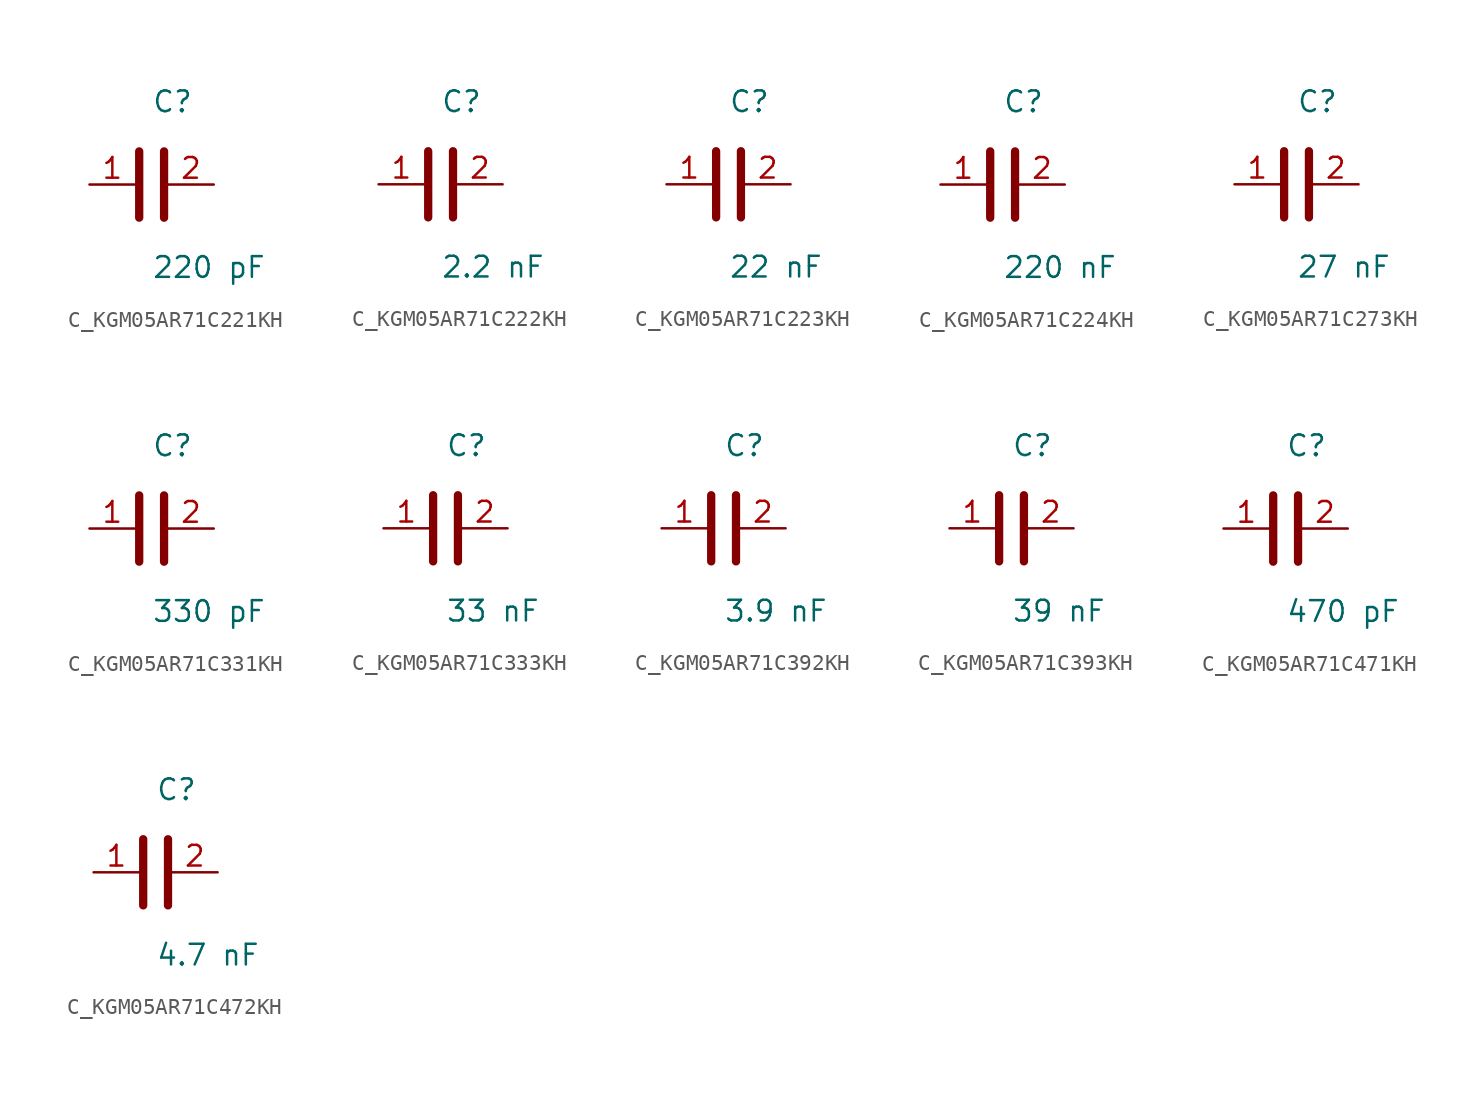
<source format=kicad_sym>
(kicad_symbol_lib
  (version 20231120)
  (generator kicad_symbol_editor)
  (generator_version 8.0)
  (symbol "C_KGM05AR71C221KH"
    (pin_names
      (offset 0.254))
    (property "Reference" "C"
      (at 0.0 5.08 0)
      (effects (font (size 1.27 1.27)) (justify left)))
    (property "Value" "220 pF"
      (at 0.0 -5.08 0)
      (effects (font (size 1.27 1.27)) (justify left)))
    (symbol "C_KGM05AR71C221KH_0_1"
      (polyline (pts (xy -0.762 -2.032) (xy -0.762 2.032)) (stroke (width 0.508) (type default)) (fill (type none)))
      (polyline (pts (xy 0.762 -2.032) (xy 0.762 2.032)) (stroke (width 0.508) (type default)) (fill (type none))))
    (pin unspecified line
      (at -3.81 0 0)
      (length 2.8)
      (name "" (effects (font (size 1.27 1.27))))
      (number "1" (effects (font (size 1.27 1.27)))))
    (pin unspecified line
      (at 3.81 0 180)
      (length 2.8)
      (name "" (effects (font (size 1.27 1.27))))
      (number "2" (effects (font (size 1.27 1.27))))))
  (symbol "C_KGM05AR71C222KH"
    (pin_names
      (offset 0.254))
    (property "Reference" "C"
      (at 0.0 5.08 0)
      (effects (font (size 1.27 1.27)) (justify left)))
    (property "Value" "2.2 nF"
      (at 0.0 -5.08 0)
      (effects (font (size 1.27 1.27)) (justify left)))
    (symbol "C_KGM05AR71C222KH_0_1"
      (polyline (pts (xy -0.762 -2.032) (xy -0.762 2.032)) (stroke (width 0.508) (type default)) (fill (type none)))
      (polyline (pts (xy 0.762 -2.032) (xy 0.762 2.032)) (stroke (width 0.508) (type default)) (fill (type none))))
    (pin unspecified line
      (at -3.81 0 0)
      (length 2.8)
      (name "" (effects (font (size 1.27 1.27))))
      (number "1" (effects (font (size 1.27 1.27)))))
    (pin unspecified line
      (at 3.81 0 180)
      (length 2.8)
      (name "" (effects (font (size 1.27 1.27))))
      (number "2" (effects (font (size 1.27 1.27))))))
  (symbol "C_KGM05AR71C223KH"
    (pin_names
      (offset 0.254))
    (property "Reference" "C"
      (at 0.0 5.08 0)
      (effects (font (size 1.27 1.27)) (justify left)))
    (property "Value" "22 nF"
      (at 0.0 -5.08 0)
      (effects (font (size 1.27 1.27)) (justify left)))
    (symbol "C_KGM05AR71C223KH_0_1"
      (polyline (pts (xy -0.762 -2.032) (xy -0.762 2.032)) (stroke (width 0.508) (type default)) (fill (type none)))
      (polyline (pts (xy 0.762 -2.032) (xy 0.762 2.032)) (stroke (width 0.508) (type default)) (fill (type none))))
    (pin unspecified line
      (at -3.81 0 0)
      (length 2.8)
      (name "" (effects (font (size 1.27 1.27))))
      (number "1" (effects (font (size 1.27 1.27)))))
    (pin unspecified line
      (at 3.81 0 180)
      (length 2.8)
      (name "" (effects (font (size 1.27 1.27))))
      (number "2" (effects (font (size 1.27 1.27))))))
  (symbol "C_KGM05AR71C224KH"
    (pin_names
      (offset 0.254))
    (property "Reference" "C"
      (at 0.0 5.08 0)
      (effects (font (size 1.27 1.27)) (justify left)))
    (property "Value" "220 nF"
      (at 0.0 -5.08 0)
      (effects (font (size 1.27 1.27)) (justify left)))
    (symbol "C_KGM05AR71C224KH_0_1"
      (polyline (pts (xy -0.762 -2.032) (xy -0.762 2.032)) (stroke (width 0.508) (type default)) (fill (type none)))
      (polyline (pts (xy 0.762 -2.032) (xy 0.762 2.032)) (stroke (width 0.508) (type default)) (fill (type none))))
    (pin unspecified line
      (at -3.81 0 0)
      (length 2.8)
      (name "" (effects (font (size 1.27 1.27))))
      (number "1" (effects (font (size 1.27 1.27)))))
    (pin unspecified line
      (at 3.81 0 180)
      (length 2.8)
      (name "" (effects (font (size 1.27 1.27))))
      (number "2" (effects (font (size 1.27 1.27))))))
  (symbol "C_KGM05AR71C273KH"
    (pin_names
      (offset 0.254))
    (property "Reference" "C"
      (at 0.0 5.08 0)
      (effects (font (size 1.27 1.27)) (justify left)))
    (property "Value" "27 nF"
      (at 0.0 -5.08 0)
      (effects (font (size 1.27 1.27)) (justify left)))
    (symbol "C_KGM05AR71C273KH_0_1"
      (polyline (pts (xy -0.762 -2.032) (xy -0.762 2.032)) (stroke (width 0.508) (type default)) (fill (type none)))
      (polyline (pts (xy 0.762 -2.032) (xy 0.762 2.032)) (stroke (width 0.508) (type default)) (fill (type none))))
    (pin unspecified line
      (at -3.81 0 0)
      (length 2.8)
      (name "" (effects (font (size 1.27 1.27))))
      (number "1" (effects (font (size 1.27 1.27)))))
    (pin unspecified line
      (at 3.81 0 180)
      (length 2.8)
      (name "" (effects (font (size 1.27 1.27))))
      (number "2" (effects (font (size 1.27 1.27))))))
  (symbol "C_KGM05AR71C331KH"
    (pin_names
      (offset 0.254))
    (property "Reference" "C"
      (at 0.0 5.08 0)
      (effects (font (size 1.27 1.27)) (justify left)))
    (property "Value" "330 pF"
      (at 0.0 -5.08 0)
      (effects (font (size 1.27 1.27)) (justify left)))
    (symbol "C_KGM05AR71C331KH_0_1"
      (polyline (pts (xy -0.762 -2.032) (xy -0.762 2.032)) (stroke (width 0.508) (type default)) (fill (type none)))
      (polyline (pts (xy 0.762 -2.032) (xy 0.762 2.032)) (stroke (width 0.508) (type default)) (fill (type none))))
    (pin unspecified line
      (at -3.81 0 0)
      (length 2.8)
      (name "" (effects (font (size 1.27 1.27))))
      (number "1" (effects (font (size 1.27 1.27)))))
    (pin unspecified line
      (at 3.81 0 180)
      (length 2.8)
      (name "" (effects (font (size 1.27 1.27))))
      (number "2" (effects (font (size 1.27 1.27))))))
  (symbol "C_KGM05AR71C333KH"
    (pin_names
      (offset 0.254))
    (property "Reference" "C"
      (at 0.0 5.08 0)
      (effects (font (size 1.27 1.27)) (justify left)))
    (property "Value" "33 nF"
      (at 0.0 -5.08 0)
      (effects (font (size 1.27 1.27)) (justify left)))
    (symbol "C_KGM05AR71C333KH_0_1"
      (polyline (pts (xy -0.762 -2.032) (xy -0.762 2.032)) (stroke (width 0.508) (type default)) (fill (type none)))
      (polyline (pts (xy 0.762 -2.032) (xy 0.762 2.032)) (stroke (width 0.508) (type default)) (fill (type none))))
    (pin unspecified line
      (at -3.81 0 0)
      (length 2.8)
      (name "" (effects (font (size 1.27 1.27))))
      (number "1" (effects (font (size 1.27 1.27)))))
    (pin unspecified line
      (at 3.81 0 180)
      (length 2.8)
      (name "" (effects (font (size 1.27 1.27))))
      (number "2" (effects (font (size 1.27 1.27))))))
  (symbol "C_KGM05AR71C392KH"
    (pin_names
      (offset 0.254))
    (property "Reference" "C"
      (at 0.0 5.08 0)
      (effects (font (size 1.27 1.27)) (justify left)))
    (property "Value" "3.9 nF"
      (at 0.0 -5.08 0)
      (effects (font (size 1.27 1.27)) (justify left)))
    (symbol "C_KGM05AR71C392KH_0_1"
      (polyline (pts (xy -0.762 -2.032) (xy -0.762 2.032)) (stroke (width 0.508) (type default)) (fill (type none)))
      (polyline (pts (xy 0.762 -2.032) (xy 0.762 2.032)) (stroke (width 0.508) (type default)) (fill (type none))))
    (pin unspecified line
      (at -3.81 0 0)
      (length 2.8)
      (name "" (effects (font (size 1.27 1.27))))
      (number "1" (effects (font (size 1.27 1.27)))))
    (pin unspecified line
      (at 3.81 0 180)
      (length 2.8)
      (name "" (effects (font (size 1.27 1.27))))
      (number "2" (effects (font (size 1.27 1.27))))))
  (symbol "C_KGM05AR71C393KH"
    (pin_names
      (offset 0.254))
    (property "Reference" "C"
      (at 0.0 5.08 0)
      (effects (font (size 1.27 1.27)) (justify left)))
    (property "Value" "39 nF"
      (at 0.0 -5.08 0)
      (effects (font (size 1.27 1.27)) (justify left)))
    (symbol "C_KGM05AR71C393KH_0_1"
      (polyline (pts (xy -0.762 -2.032) (xy -0.762 2.032)) (stroke (width 0.508) (type default)) (fill (type none)))
      (polyline (pts (xy 0.762 -2.032) (xy 0.762 2.032)) (stroke (width 0.508) (type default)) (fill (type none))))
    (pin unspecified line
      (at -3.81 0 0)
      (length 2.8)
      (name "" (effects (font (size 1.27 1.27))))
      (number "1" (effects (font (size 1.27 1.27)))))
    (pin unspecified line
      (at 3.81 0 180)
      (length 2.8)
      (name "" (effects (font (size 1.27 1.27))))
      (number "2" (effects (font (size 1.27 1.27))))))
  (symbol "C_KGM05AR71C471KH"
    (pin_names
      (offset 0.254))
    (property "Reference" "C"
      (at 0.0 5.08 0)
      (effects (font (size 1.27 1.27)) (justify left)))
    (property "Value" "470 pF"
      (at 0.0 -5.08 0)
      (effects (font (size 1.27 1.27)) (justify left)))
    (symbol "C_KGM05AR71C471KH_0_1"
      (polyline (pts (xy -0.762 -2.032) (xy -0.762 2.032)) (stroke (width 0.508) (type default)) (fill (type none)))
      (polyline (pts (xy 0.762 -2.032) (xy 0.762 2.032)) (stroke (width 0.508) (type default)) (fill (type none))))
    (pin unspecified line
      (at -3.81 0 0)
      (length 2.8)
      (name "" (effects (font (size 1.27 1.27))))
      (number "1" (effects (font (size 1.27 1.27)))))
    (pin unspecified line
      (at 3.81 0 180)
      (length 2.8)
      (name "" (effects (font (size 1.27 1.27))))
      (number "2" (effects (font (size 1.27 1.27))))))
  (symbol "C_KGM05AR71C472KH"
    (pin_names
      (offset 0.254))
    (property "Reference" "C"
      (at 0.0 5.08 0)
      (effects (font (size 1.27 1.27)) (justify left)))
    (property "Value" "4.7 nF"
      (at 0.0 -5.08 0)
      (effects (font (size 1.27 1.27)) (justify left)))
    (symbol "C_KGM05AR71C472KH_0_1"
      (polyline (pts (xy -0.762 -2.032) (xy -0.762 2.032)) (stroke (width 0.508) (type default)) (fill (type none)))
      (polyline (pts (xy 0.762 -2.032) (xy 0.762 2.032)) (stroke (width 0.508) (type default)) (fill (type none))))
    (pin unspecified line
      (at -3.81 0 0)
      (length 2.8)
      (name "" (effects (font (size 1.27 1.27))))
      (number "1" (effects (font (size 1.27 1.27)))))
    (pin unspecified line
      (at 3.81 0 180)
      (length 2.8)
      (name "" (effects (font (size 1.27 1.27))))
      (number "2" (effects (font (size 1.27 1.27)))))))
</source>
